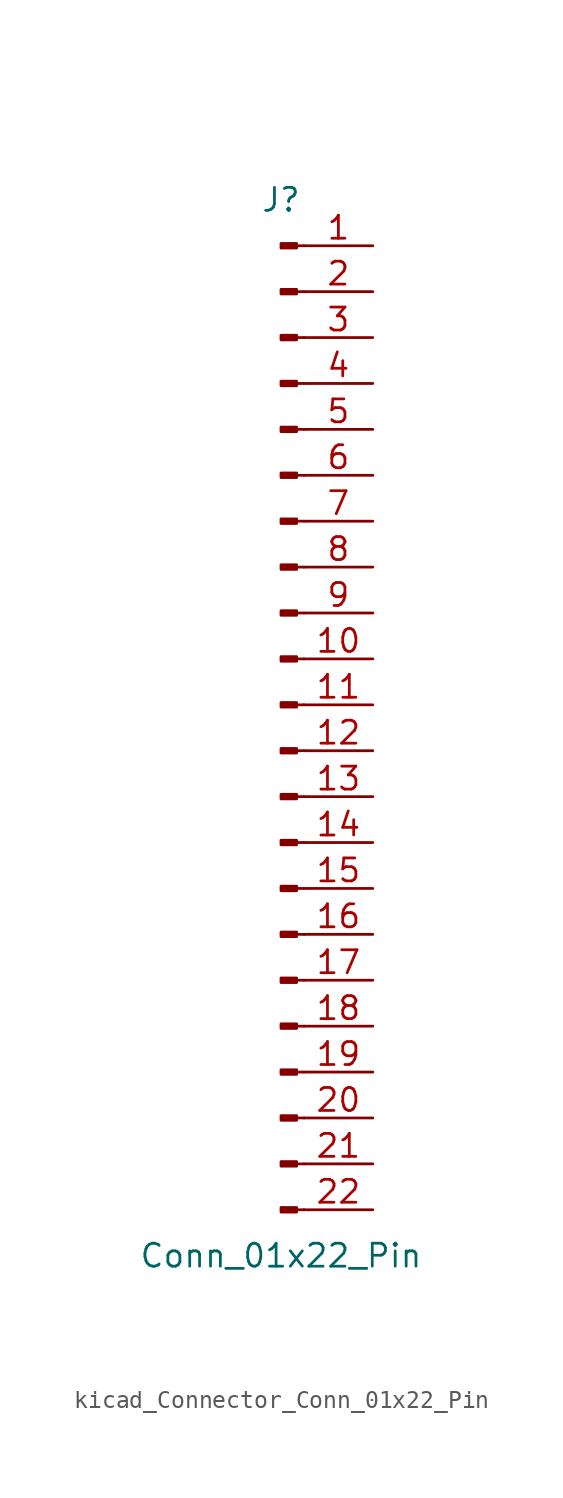
<source format=kicad_sym>
(kicad_symbol_lib
  (version 20220914)
  (generator kicad_symbol_editor)
  (symbol "kicad_Connector_Conn_01x22_Pin"
    (pin_names
      (offset 1.016) hide)
    (property "Reference" "J"
      (at 0 27.94 0)
      (effects (font (size 1.27 1.27))))
    (property "Value" "Conn_01x22_Pin"
      (at 0 -30.48 0)
      (effects (font (size 1.27 1.27))))
    (property "ki_locked" ""
      (at 0 0 0)
      (effects (font (size 1.27 1.27))))
    (symbol "kicad_Connector_Conn_01x22_Pin_1_1"
      (polyline (pts (xy 1.27 -27.94) (xy 0.864 -27.94)) (stroke (width 0.152) (type default)) (fill (type none)))
      (polyline (pts (xy 1.27 -25.4) (xy 0.864 -25.4)) (stroke (width 0.152) (type default)) (fill (type none)))
      (polyline (pts (xy 1.27 -22.86) (xy 0.864 -22.86)) (stroke (width 0.152) (type default)) (fill (type none)))
      (polyline (pts (xy 1.27 -20.32) (xy 0.864 -20.32)) (stroke (width 0.152) (type default)) (fill (type none)))
      (polyline (pts (xy 1.27 -17.78) (xy 0.864 -17.78)) (stroke (width 0.152) (type default)) (fill (type none)))
      (polyline (pts (xy 1.27 -15.24) (xy 0.864 -15.24)) (stroke (width 0.152) (type default)) (fill (type none)))
      (polyline (pts (xy 1.27 -12.7) (xy 0.864 -12.7)) (stroke (width 0.152) (type default)) (fill (type none)))
      (polyline (pts (xy 1.27 -10.16) (xy 0.864 -10.16)) (stroke (width 0.152) (type default)) (fill (type none)))
      (polyline (pts (xy 1.27 -7.62) (xy 0.864 -7.62)) (stroke (width 0.152) (type default)) (fill (type none)))
      (polyline (pts (xy 1.27 -5.08) (xy 0.864 -5.08)) (stroke (width 0.152) (type default)) (fill (type none)))
      (polyline (pts (xy 1.27 -2.54) (xy 0.864 -2.54)) (stroke (width 0.152) (type default)) (fill (type none)))
      (polyline (pts (xy 1.27 0) (xy 0.864 0)) (stroke (width 0.152) (type default)) (fill (type none)))
      (polyline (pts (xy 1.27 2.54) (xy 0.864 2.54)) (stroke (width 0.152) (type default)) (fill (type none)))
      (polyline (pts (xy 1.27 5.08) (xy 0.864 5.08)) (stroke (width 0.152) (type default)) (fill (type none)))
      (polyline (pts (xy 1.27 7.62) (xy 0.864 7.62)) (stroke (width 0.152) (type default)) (fill (type none)))
      (polyline (pts (xy 1.27 10.16) (xy 0.864 10.16)) (stroke (width 0.152) (type default)) (fill (type none)))
      (polyline (pts (xy 1.27 12.7) (xy 0.864 12.7)) (stroke (width 0.152) (type default)) (fill (type none)))
      (polyline (pts (xy 1.27 15.24) (xy 0.864 15.24)) (stroke (width 0.152) (type default)) (fill (type none)))
      (polyline (pts (xy 1.27 17.78) (xy 0.864 17.78)) (stroke (width 0.152) (type default)) (fill (type none)))
      (polyline (pts (xy 1.27 20.32) (xy 0.864 20.32)) (stroke (width 0.152) (type default)) (fill (type none)))
      (polyline (pts (xy 1.27 22.86) (xy 0.864 22.86)) (stroke (width 0.152) (type default)) (fill (type none)))
      (polyline (pts (xy 1.27 25.4) (xy 0.864 25.4)) (stroke (width 0.152) (type default)) (fill (type none)))
      (rectangle (start 0.864 -27.813) (end 0 -28.067) (stroke (width 0.152) (type default)) (fill (type outline)))
      (rectangle (start 0.864 -25.273) (end 0 -25.527) (stroke (width 0.152) (type default)) (fill (type outline)))
      (rectangle (start 0.864 -22.733) (end 0 -22.987) (stroke (width 0.152) (type default)) (fill (type outline)))
      (rectangle (start 0.864 -20.193) (end 0 -20.447) (stroke (width 0.152) (type default)) (fill (type outline)))
      (rectangle (start 0.864 -17.653) (end 0 -17.907) (stroke (width 0.152) (type default)) (fill (type outline)))
      (rectangle (start 0.864 -15.113) (end 0 -15.367) (stroke (width 0.152) (type default)) (fill (type outline)))
      (rectangle (start 0.864 -12.573) (end 0 -12.827) (stroke (width 0.152) (type default)) (fill (type outline)))
      (rectangle (start 0.864 -10.033) (end 0 -10.287) (stroke (width 0.152) (type default)) (fill (type outline)))
      (rectangle (start 0.864 -7.493) (end 0 -7.747) (stroke (width 0.152) (type default)) (fill (type outline)))
      (rectangle (start 0.864 -4.953) (end 0 -5.207) (stroke (width 0.152) (type default)) (fill (type outline)))
      (rectangle (start 0.864 -2.413) (end 0 -2.667) (stroke (width 0.152) (type default)) (fill (type outline)))
      (rectangle (start 0.864 0.127) (end 0 -0.127) (stroke (width 0.152) (type default)) (fill (type outline)))
      (rectangle (start 0.864 2.667) (end 0 2.413) (stroke (width 0.152) (type default)) (fill (type outline)))
      (rectangle (start 0.864 5.207) (end 0 4.953) (stroke (width 0.152) (type default)) (fill (type outline)))
      (rectangle (start 0.864 7.747) (end 0 7.493) (stroke (width 0.152) (type default)) (fill (type outline)))
      (rectangle (start 0.864 10.287) (end 0 10.033) (stroke (width 0.152) (type default)) (fill (type outline)))
      (rectangle (start 0.864 12.827) (end 0 12.573) (stroke (width 0.152) (type default)) (fill (type outline)))
      (rectangle (start 0.864 15.367) (end 0 15.113) (stroke (width 0.152) (type default)) (fill (type outline)))
      (rectangle (start 0.864 17.907) (end 0 17.653) (stroke (width 0.152) (type default)) (fill (type outline)))
      (rectangle (start 0.864 20.447) (end 0 20.193) (stroke (width 0.152) (type default)) (fill (type outline)))
      (rectangle (start 0.864 22.987) (end 0 22.733) (stroke (width 0.152) (type default)) (fill (type outline)))
      (rectangle (start 0.864 25.527) (end 0 25.273) (stroke (width 0.152) (type default)) (fill (type outline)))
      (pin passive line (at 5.08 25.4 180) (length 3.81) (name "Pin_1" (effects (font (size 1.27 1.27)))) (number "1" (effects (font (size 1.27 1.27)))))
      (pin passive line (at 5.08 2.54 180) (length 3.81) (name "Pin_10" (effects (font (size 1.27 1.27)))) (number "10" (effects (font (size 1.27 1.27)))))
      (pin passive line (at 5.08 0 180) (length 3.81) (name "Pin_11" (effects (font (size 1.27 1.27)))) (number "11" (effects (font (size 1.27 1.27)))))
      (pin passive line (at 5.08 -2.54 180) (length 3.81) (name "Pin_12" (effects (font (size 1.27 1.27)))) (number "12" (effects (font (size 1.27 1.27)))))
      (pin passive line (at 5.08 -5.08 180) (length 3.81) (name "Pin_13" (effects (font (size 1.27 1.27)))) (number "13" (effects (font (size 1.27 1.27)))))
      (pin passive line (at 5.08 -7.62 180) (length 3.81) (name "Pin_14" (effects (font (size 1.27 1.27)))) (number "14" (effects (font (size 1.27 1.27)))))
      (pin passive line (at 5.08 -10.16 180) (length 3.81) (name "Pin_15" (effects (font (size 1.27 1.27)))) (number "15" (effects (font (size 1.27 1.27)))))
      (pin passive line (at 5.08 -12.7 180) (length 3.81) (name "Pin_16" (effects (font (size 1.27 1.27)))) (number "16" (effects (font (size 1.27 1.27)))))
      (pin passive line (at 5.08 -15.24 180) (length 3.81) (name "Pin_17" (effects (font (size 1.27 1.27)))) (number "17" (effects (font (size 1.27 1.27)))))
      (pin passive line (at 5.08 -17.78 180) (length 3.81) (name "Pin_18" (effects (font (size 1.27 1.27)))) (number "18" (effects (font (size 1.27 1.27)))))
      (pin passive line (at 5.08 -20.32 180) (length 3.81) (name "Pin_19" (effects (font (size 1.27 1.27)))) (number "19" (effects (font (size 1.27 1.27)))))
      (pin passive line (at 5.08 22.86 180) (length 3.81) (name "Pin_2" (effects (font (size 1.27 1.27)))) (number "2" (effects (font (size 1.27 1.27)))))
      (pin passive line (at 5.08 -22.86 180) (length 3.81) (name "Pin_20" (effects (font (size 1.27 1.27)))) (number "20" (effects (font (size 1.27 1.27)))))
      (pin passive line (at 5.08 -25.4 180) (length 3.81) (name "Pin_21" (effects (font (size 1.27 1.27)))) (number "21" (effects (font (size 1.27 1.27)))))
      (pin passive line (at 5.08 -27.94 180) (length 3.81) (name "Pin_22" (effects (font (size 1.27 1.27)))) (number "22" (effects (font (size 1.27 1.27)))))
      (pin passive line (at 5.08 20.32 180) (length 3.81) (name "Pin_3" (effects (font (size 1.27 1.27)))) (number "3" (effects (font (size 1.27 1.27)))))
      (pin passive line (at 5.08 17.78 180) (length 3.81) (name "Pin_4" (effects (font (size 1.27 1.27)))) (number "4" (effects (font (size 1.27 1.27)))))
      (pin passive line (at 5.08 15.24 180) (length 3.81) (name "Pin_5" (effects (font (size 1.27 1.27)))) (number "5" (effects (font (size 1.27 1.27)))))
      (pin passive line (at 5.08 12.7 180) (length 3.81) (name "Pin_6" (effects (font (size 1.27 1.27)))) (number "6" (effects (font (size 1.27 1.27)))))
      (pin passive line (at 5.08 10.16 180) (length 3.81) (name "Pin_7" (effects (font (size 1.27 1.27)))) (number "7" (effects (font (size 1.27 1.27)))))
      (pin passive line (at 5.08 7.62 180) (length 3.81) (name "Pin_8" (effects (font (size 1.27 1.27)))) (number "8" (effects (font (size 1.27 1.27)))))
      (pin passive line (at 5.08 5.08 180) (length 3.81) (name "Pin_9" (effects (font (size 1.27 1.27)))) (number "9" (effects (font (size 1.27 1.27))))))))
</source>
